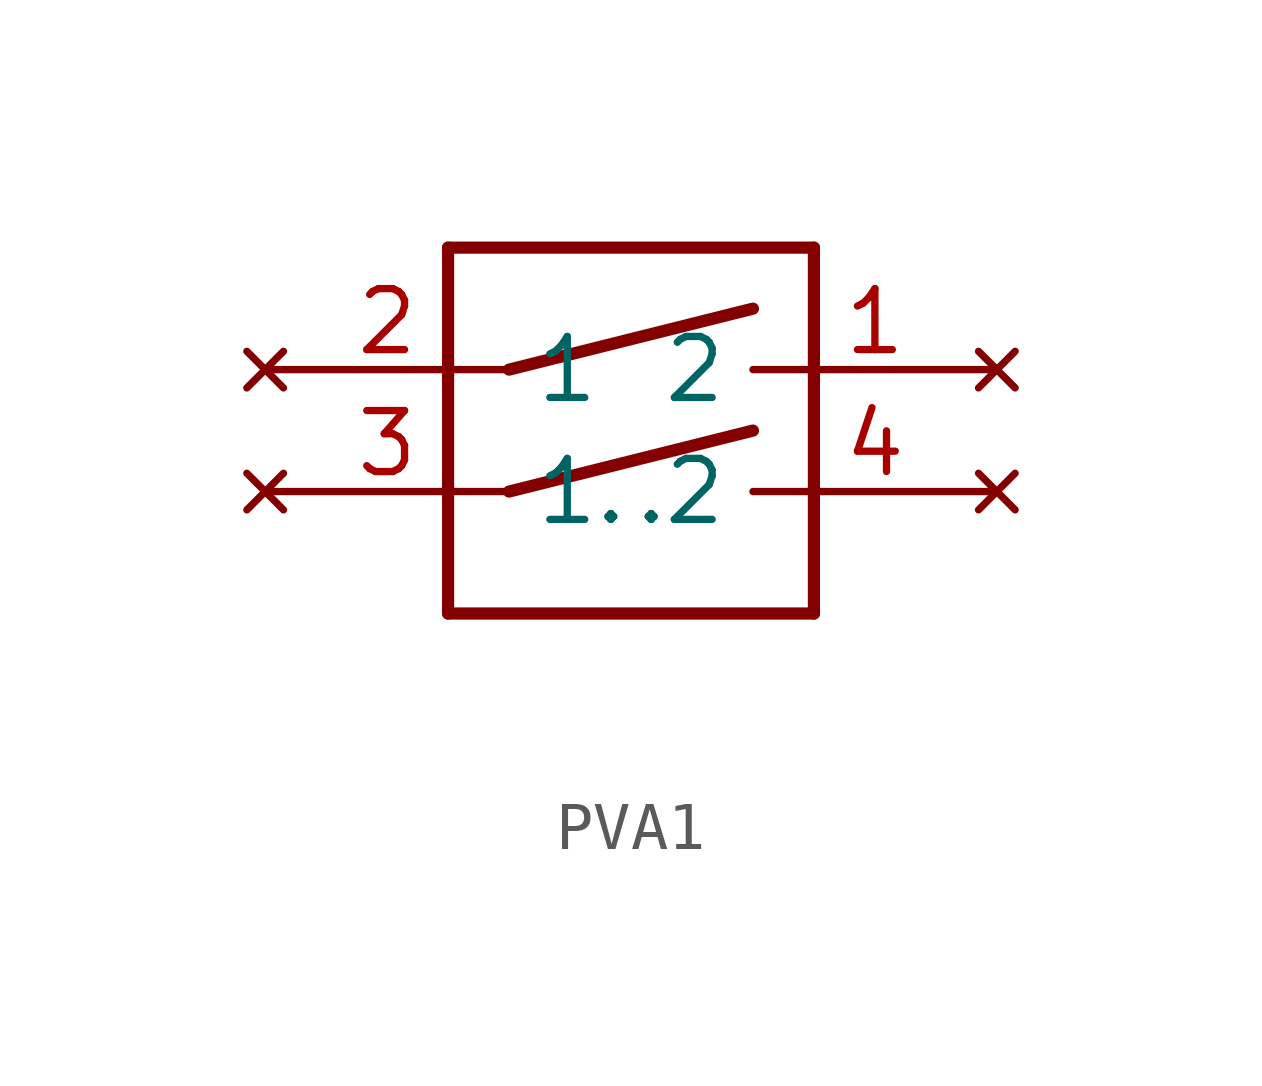
<source format=kicad_sym>
(kicad_symbol_lib
  (version 20220914)
  (generator kicad_symbol_editor)
  (symbol "PVA1"
    (property "Reference" ""
      (at -3.81 3.81 0)
      (effects (font (size 1.27 1.079)) (justify left bottom) hide))
    (property "Value" ""
      (at -3.81 -7.62 0)
      (effects (font (size 1.27 1.079)) (justify left bottom)))
    (property "ki_locked" ""
      (at 0 0 0)
      (effects (font (size 1.27 1.27))))
    (symbol "PVA1_1_0"
      (polyline (pts (xy -3.81 -5.08) (xy 3.81 -5.08)) (stroke (width 0.254) (type solid)) (fill (type none)))
      (polyline (pts (xy -3.81 2.54) (xy -3.81 -5.08)) (stroke (width 0.254) (type solid)) (fill (type none)))
      (polyline (pts (xy -2.54 -2.54) (xy 2.54 -1.27)) (stroke (width 0.254) (type solid)) (fill (type none)))
      (polyline (pts (xy -2.54 0) (xy 2.54 1.27)) (stroke (width 0.254) (type solid)) (fill (type none)))
      (polyline (pts (xy 3.81 -5.08) (xy 3.81 2.54)) (stroke (width 0.254) (type solid)) (fill (type none)))
      (polyline (pts (xy 3.81 2.54) (xy -3.81 2.54)) (stroke (width 0.254) (type solid)) (fill (type none)))
      (pin no_connect line (at 7.62 0 180) (length 5.08) (name "2" (effects (font (size 1.27 1.27)))) (number "1" (effects (font (size 1.27 1.27)))))
      (pin no_connect line (at -7.62 0 0) (length 5.08) (name "1" (effects (font (size 1.27 1.27)))) (number "2" (effects (font (size 1.27 1.27)))))
      (pin no_connect line (at -7.62 -2.54 0) (length 5.08) (name "1." (effects (font (size 1.27 1.27)))) (number "3" (effects (font (size 1.27 1.27)))))
      (pin no_connect line (at 7.62 -2.54 180) (length 5.08) (name ".2" (effects (font (size 1.27 1.27)))) (number "4" (effects (font (size 1.27 1.27))))))))
</source>
